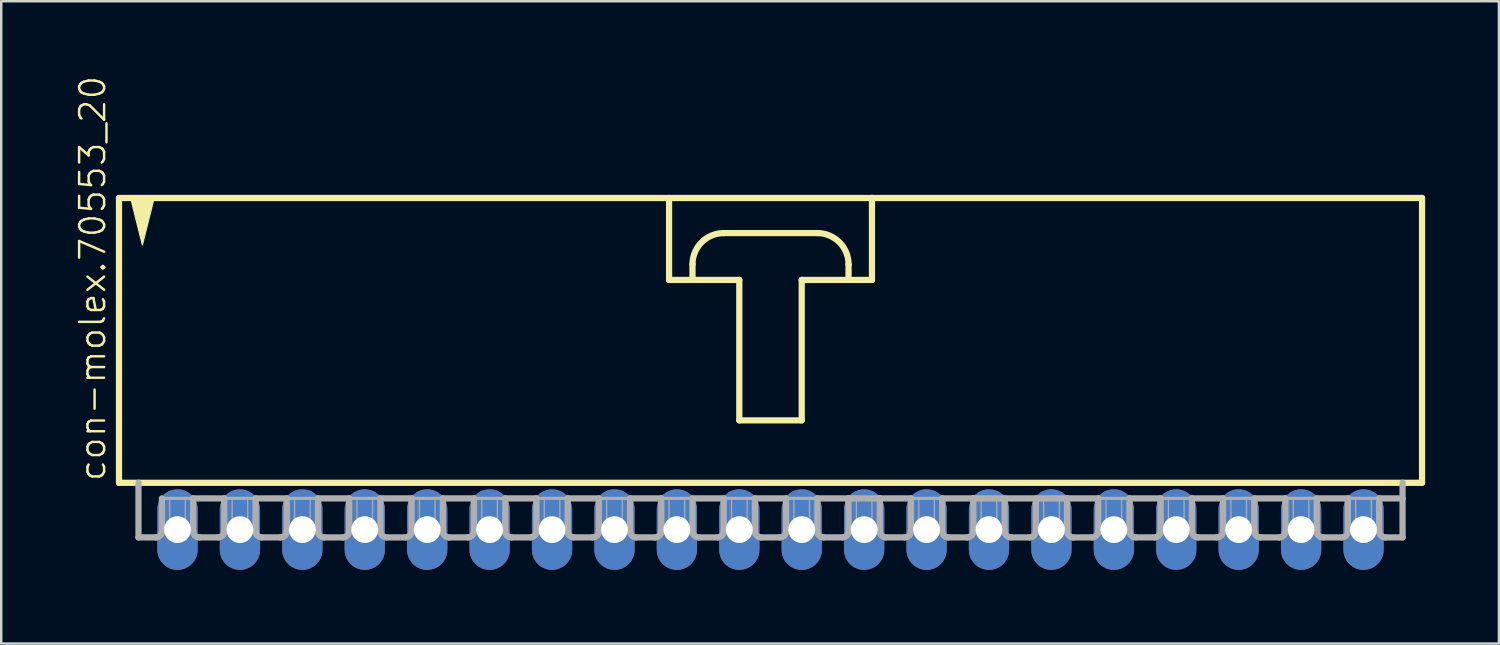
<source format=kicad_pcb>
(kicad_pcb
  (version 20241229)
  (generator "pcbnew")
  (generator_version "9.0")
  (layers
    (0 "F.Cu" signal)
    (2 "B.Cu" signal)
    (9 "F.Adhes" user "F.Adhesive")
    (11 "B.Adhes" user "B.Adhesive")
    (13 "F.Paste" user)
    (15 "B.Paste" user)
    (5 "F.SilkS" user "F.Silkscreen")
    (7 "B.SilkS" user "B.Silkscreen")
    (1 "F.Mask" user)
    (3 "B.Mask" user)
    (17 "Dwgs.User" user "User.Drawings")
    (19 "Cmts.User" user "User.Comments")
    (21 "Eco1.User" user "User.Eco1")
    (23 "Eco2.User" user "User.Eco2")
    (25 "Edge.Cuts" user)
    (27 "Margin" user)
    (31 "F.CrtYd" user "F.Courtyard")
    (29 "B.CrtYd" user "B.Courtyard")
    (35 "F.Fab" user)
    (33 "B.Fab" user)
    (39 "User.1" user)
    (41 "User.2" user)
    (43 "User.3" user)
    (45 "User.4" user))
  (footprint "con-molex.70553_20"
    (layer "F.Cu")
    (at 28.303 10.88)
    (property "Reference" "con-molex.70553_20" (at -26.988 5.715 90) (layer "F.SilkS") (effects (font (size 1.016 1.016) (thickness 0.1)) (justify left bottom)))
    (attr through_hole)
    (fp_line (start -26.511 -5.874) (end -26.511 5.715) (stroke (width 0.254) (type default)) (layer "F.SilkS"))
    (fp_line (start -26.511 5.715) (end 26.511 5.715) (stroke (width 0.254) (type default)) (layer "F.SilkS"))
    (fp_line (start -4.128 -5.874) (end -4.128 -2.54) (stroke (width 0.254) (type default)) (layer "F.SilkS"))
    (fp_line (start -4.128 -2.54) (end -3.175 -2.54) (stroke (width 0.254) (type default)) (layer "F.SilkS"))
    (fp_line (start -3.175 -2.54) (end -3.175 -3.175) (stroke (width 0.254) (type default)) (layer "F.SilkS"))
    (fp_line (start -3.175 -2.54) (end -1.27 -2.54) (stroke (width 0.254) (type default)) (layer "F.SilkS"))
    (fp_line (start -1.905 -4.445) (end 1.905 -4.445) (stroke (width 0.254) (type default)) (layer "F.SilkS"))
    (fp_line (start -1.27 -2.54) (end -1.27 3.175) (stroke (width 0.254) (type default)) (layer "F.SilkS"))
    (fp_line (start -1.27 3.175) (end 1.27 3.175) (stroke (width 0.254) (type default)) (layer "F.SilkS"))
    (fp_line (start 1.27 -2.54) (end 3.175 -2.54) (stroke (width 0.254) (type default)) (layer "F.SilkS"))
    (fp_line (start 1.27 3.175) (end 1.27 -2.54) (stroke (width 0.254) (type default)) (layer "F.SilkS"))
    (fp_line (start 3.175 -3.175) (end 3.175 -2.54) (stroke (width 0.254) (type default)) (layer "F.SilkS"))
    (fp_line (start 3.175 -2.54) (end 4.128 -2.54) (stroke (width 0.254) (type default)) (layer "F.SilkS"))
    (fp_line (start 4.128 -5.874) (end -26.511 -5.874) (stroke (width 0.254) (type default)) (layer "F.SilkS"))
    (fp_line (start 4.128 -2.54) (end 4.128 -5.874) (stroke (width 0.254) (type default)) (layer "F.SilkS"))
    (fp_line (start 26.511 -5.874) (end 4.128 -5.874) (stroke (width 0.254) (type default)) (layer "F.SilkS"))
    (fp_line (start 26.511 5.715) (end 26.511 -5.874) (stroke (width 0.254) (type default)) (layer "F.SilkS"))
    (fp_arc (start -3.175 -3.175) (mid -2.803026 -4.073026) (end -1.905 -4.445) (stroke (width 0.254) (type default)) (layer "F.SilkS"))
    (fp_arc (start 1.905 -4.445) (mid 2.803026 -4.073026) (end 3.175 -3.175) (stroke (width 0.254) (type default)) (layer "F.SilkS"))
    (fp_poly (pts (xy -26.035 -5.874) (xy -25.559 -3.969) (xy -25.082 -5.874)) (stroke (width 0.051) (type default)) (fill yes) (layer "F.SilkS"))
    (fp_line (start -25.718 5.715) (end -25.718 7.938) (stroke (width 0.254) (type default)) (layer "F.Fab"))
    (fp_line (start -25.019 7.938) (end -25.718 7.938) (stroke (width 0.254) (type default)) (layer "F.Fab"))
    (fp_line (start -24.765 6.35) (end -24.765 7.684) (stroke (width 0.254) (type default)) (layer "F.Fab"))
    (fp_line (start -24.765 6.35) (end -23.495 6.35) (stroke (width 0.127) (type default)) (layer "F.Fab"))
    (fp_line (start -23.495 6.35) (end -23.495 7.684) (stroke (width 0.254) (type default)) (layer "F.Fab"))
    (fp_line (start -23.495 6.35) (end -22.225 6.35) (stroke (width 0.254) (type default)) (layer "F.Fab"))
    (fp_line (start -22.479 7.938) (end -23.241 7.938) (stroke (width 0.254) (type default)) (layer "F.Fab"))
    (fp_line (start -22.225 6.35) (end -22.225 7.684) (stroke (width 0.254) (type default)) (layer "F.Fab"))
    (fp_line (start -22.225 6.35) (end -20.955 6.35) (stroke (width 0.127) (type default)) (layer "F.Fab"))
    (fp_line (start -20.955 6.35) (end -20.955 7.684) (stroke (width 0.254) (type default)) (layer "F.Fab"))
    (fp_line (start -20.955 6.35) (end -19.685 6.35) (stroke (width 0.254) (type default)) (layer "F.Fab"))
    (fp_line (start -19.939 7.938) (end -20.701 7.938) (stroke (width 0.254) (type default)) (layer "F.Fab"))
    (fp_line (start -19.685 6.35) (end -19.685 7.684) (stroke (width 0.254) (type default)) (layer "F.Fab"))
    (fp_line (start -19.685 6.35) (end -18.415 6.35) (stroke (width 0.127) (type default)) (layer "F.Fab"))
    (fp_line (start -18.415 6.35) (end -18.415 7.684) (stroke (width 0.254) (type default)) (layer "F.Fab"))
    (fp_line (start -18.415 6.35) (end -17.145 6.35) (stroke (width 0.254) (type default)) (layer "F.Fab"))
    (fp_line (start -17.399 7.938) (end -18.161 7.938) (stroke (width 0.254) (type default)) (layer "F.Fab"))
    (fp_line (start -17.145 6.35) (end -17.145 7.684) (stroke (width 0.254) (type default)) (layer "F.Fab"))
    (fp_line (start -17.145 6.35) (end -15.875 6.35) (stroke (width 0.127) (type default)) (layer "F.Fab"))
    (fp_line (start -15.875 6.35) (end -15.875 7.684) (stroke (width 0.254) (type default)) (layer "F.Fab"))
    (fp_line (start -15.875 6.35) (end -14.605 6.35) (stroke (width 0.254) (type default)) (layer "F.Fab"))
    (fp_line (start -14.859 7.938) (end -15.621 7.938) (stroke (width 0.254) (type default)) (layer "F.Fab"))
    (fp_line (start -14.605 6.35) (end -14.605 7.684) (stroke (width 0.254) (type default)) (layer "F.Fab"))
    (fp_line (start -14.605 6.35) (end -13.335 6.35) (stroke (width 0.127) (type default)) (layer "F.Fab"))
    (fp_line (start -13.335 6.35) (end -13.335 7.684) (stroke (width 0.254) (type default)) (layer "F.Fab"))
    (fp_line (start -13.335 6.35) (end -12.065 6.35) (stroke (width 0.254) (type default)) (layer "F.Fab"))
    (fp_line (start -12.319 7.938) (end -13.081 7.938) (stroke (width 0.254) (type default)) (layer "F.Fab"))
    (fp_line (start -12.065 6.35) (end -12.065 7.684) (stroke (width 0.254) (type default)) (layer "F.Fab"))
    (fp_line (start -12.065 6.35) (end -10.795 6.35) (stroke (width 0.127) (type default)) (layer "F.Fab"))
    (fp_line (start -10.795 6.35) (end -10.795 7.684) (stroke (width 0.254) (type default)) (layer "F.Fab"))
    (fp_line (start -10.795 6.35) (end -9.525 6.35) (stroke (width 0.254) (type default)) (layer "F.Fab"))
    (fp_line (start -9.779 7.938) (end -10.541 7.938) (stroke (width 0.254) (type default)) (layer "F.Fab"))
    (fp_line (start -9.525 6.35) (end -9.525 7.684) (stroke (width 0.254) (type default)) (layer "F.Fab"))
    (fp_line (start -9.525 6.35) (end -8.255 6.35) (stroke (width 0.127) (type default)) (layer "F.Fab"))
    (fp_line (start -8.255 6.35) (end -8.255 7.684) (stroke (width 0.254) (type default)) (layer "F.Fab"))
    (fp_line (start -8.255 6.35) (end -6.985 6.35) (stroke (width 0.254) (type default)) (layer "F.Fab"))
    (fp_line (start -7.239 7.938) (end -8.001 7.938) (stroke (width 0.254) (type default)) (layer "F.Fab"))
    (fp_line (start -6.985 6.35) (end -6.985 7.684) (stroke (width 0.254) (type default)) (layer "F.Fab"))
    (fp_line (start -6.985 6.35) (end -5.715 6.35) (stroke (width 0.127) (type default)) (layer "F.Fab"))
    (fp_line (start -5.715 6.35) (end -5.715 7.684) (stroke (width 0.254) (type default)) (layer "F.Fab"))
    (fp_line (start -5.715 6.35) (end -4.445 6.35) (stroke (width 0.254) (type default)) (layer "F.Fab"))
    (fp_line (start -4.699 7.938) (end -5.461 7.938) (stroke (width 0.254) (type default)) (layer "F.Fab"))
    (fp_line (start -4.445 6.35) (end -4.445 7.684) (stroke (width 0.254) (type default)) (layer "F.Fab"))
    (fp_line (start -4.445 6.35) (end -3.175 6.35) (stroke (width 0.127) (type default)) (layer "F.Fab"))
    (fp_line (start -3.175 6.35) (end -3.175 7.684) (stroke (width 0.254) (type default)) (layer "F.Fab"))
    (fp_line (start -3.175 6.35) (end -1.905 6.35) (stroke (width 0.254) (type default)) (layer "F.Fab"))
    (fp_line (start -2.159 7.938) (end -2.921 7.938) (stroke (width 0.254) (type default)) (layer "F.Fab"))
    (fp_line (start -1.905 6.35) (end -1.905 7.684) (stroke (width 0.254) (type default)) (layer "F.Fab"))
    (fp_line (start -1.905 6.35) (end -0.635 6.35) (stroke (width 0.127) (type default)) (layer "F.Fab"))
    (fp_line (start -0.635 6.35) (end -0.635 7.684) (stroke (width 0.254) (type default)) (layer "F.Fab"))
    (fp_line (start -0.635 6.35) (end 0.635 6.35) (stroke (width 0.254) (type default)) (layer "F.Fab"))
    (fp_line (start 0.381 7.938) (end -0.381 7.938) (stroke (width 0.254) (type default)) (layer "F.Fab"))
    (fp_line (start 0.635 6.35) (end 0.635 7.684) (stroke (width 0.254) (type default)) (layer "F.Fab"))
    (fp_line (start 0.635 6.35) (end 1.905 6.35) (stroke (width 0.127) (type default)) (layer "F.Fab"))
    (fp_line (start 1.905 6.35) (end 1.905 7.684) (stroke (width 0.254) (type default)) (layer "F.Fab"))
    (fp_line (start 1.905 6.35) (end 3.175 6.35) (stroke (width 0.254) (type default)) (layer "F.Fab"))
    (fp_line (start 2.921 7.938) (end 2.159 7.938) (stroke (width 0.254) (type default)) (layer "F.Fab"))
    (fp_line (start 3.175 6.35) (end 3.175 7.684) (stroke (width 0.254) (type default)) (layer "F.Fab"))
    (fp_line (start 3.175 6.35) (end 4.445 6.35) (stroke (width 0.254) (type default)) (layer "F.Fab"))
    (fp_line (start 4.445 6.35) (end 4.445 7.684) (stroke (width 0.254) (type default)) (layer "F.Fab"))
    (fp_line (start 4.445 6.35) (end 5.715 6.35) (stroke (width 0.254) (type default)) (layer "F.Fab"))
    (fp_line (start 5.461 7.938) (end 4.699 7.938) (stroke (width 0.254) (type default)) (layer "F.Fab"))
    (fp_line (start 5.715 6.35) (end 5.715 7.684) (stroke (width 0.254) (type default)) (layer "F.Fab"))
    (fp_line (start 5.715 6.35) (end 6.985 6.35) (stroke (width 0.127) (type default)) (layer "F.Fab"))
    (fp_line (start 6.985 6.35) (end 6.985 7.684) (stroke (width 0.254) (type default)) (layer "F.Fab"))
    (fp_line (start 6.985 6.35) (end 8.255 6.35) (stroke (width 0.254) (type default)) (layer "F.Fab"))
    (fp_line (start 8.001 7.938) (end 7.239 7.938) (stroke (width 0.254) (type default)) (layer "F.Fab"))
    (fp_line (start 8.255 6.35) (end 8.255 7.684) (stroke (width 0.254) (type default)) (layer "F.Fab"))
    (fp_line (start 8.255 6.35) (end 12.065 6.35) (stroke (width 0.254) (type default)) (layer "F.Fab"))
    (fp_line (start 9.525 6.35) (end 9.525 7.684) (stroke (width 0.254) (type default)) (layer "F.Fab"))
    (fp_line (start 10.541 7.938) (end 9.779 7.938) (stroke (width 0.254) (type default)) (layer "F.Fab"))
    (fp_line (start 10.795 6.35) (end 10.795 7.684) (stroke (width 0.254) (type default)) (layer "F.Fab"))
    (fp_line (start 12.065 6.35) (end 12.065 7.684) (stroke (width 0.254) (type default)) (layer "F.Fab"))
    (fp_line (start 12.065 6.35) (end 13.335 6.35) (stroke (width 0.254) (type default)) (layer "F.Fab"))
    (fp_line (start 12.319 7.938) (end 13.081 7.938) (stroke (width 0.254) (type default)) (layer "F.Fab"))
    (fp_line (start 13.335 6.35) (end 14.605 6.35) (stroke (width 0.127) (type default)) (layer "F.Fab"))
    (fp_line (start 13.335 7.684) (end 13.335 6.35) (stroke (width 0.254) (type default)) (layer "F.Fab"))
    (fp_line (start 14.605 6.35) (end 14.605 7.684) (stroke (width 0.254) (type default)) (layer "F.Fab"))
    (fp_line (start 14.605 6.35) (end 15.875 6.35) (stroke (width 0.254) (type default)) (layer "F.Fab"))
    (fp_line (start 14.859 7.938) (end 15.621 7.938) (stroke (width 0.254) (type default)) (layer "F.Fab"))
    (fp_line (start 15.875 6.35) (end 17.145 6.35) (stroke (width 0.127) (type default)) (layer "F.Fab"))
    (fp_line (start 15.875 7.684) (end 15.875 6.35) (stroke (width 0.254) (type default)) (layer "F.Fab"))
    (fp_line (start 17.145 6.35) (end 17.145 7.684) (stroke (width 0.254) (type default)) (layer "F.Fab"))
    (fp_line (start 17.145 6.35) (end 18.415 6.35) (stroke (width 0.254) (type default)) (layer "F.Fab"))
    (fp_line (start 17.399 7.938) (end 18.161 7.938) (stroke (width 0.254) (type default)) (layer "F.Fab"))
    (fp_line (start 18.415 6.35) (end 19.685 6.35) (stroke (width 0.127) (type default)) (layer "F.Fab"))
    (fp_line (start 18.415 7.684) (end 18.415 6.35) (stroke (width 0.254) (type default)) (layer "F.Fab"))
    (fp_line (start 19.685 6.35) (end 19.685 7.684) (stroke (width 0.254) (type default)) (layer "F.Fab"))
    (fp_line (start 19.685 6.35) (end 20.955 6.35) (stroke (width 0.254) (type default)) (layer "F.Fab"))
    (fp_line (start 19.939 7.938) (end 20.701 7.938) (stroke (width 0.254) (type default)) (layer "F.Fab"))
    (fp_line (start 20.955 6.35) (end 22.225 6.35) (stroke (width 0.127) (type default)) (layer "F.Fab"))
    (fp_line (start 20.955 7.684) (end 20.955 6.35) (stroke (width 0.254) (type default)) (layer "F.Fab"))
    (fp_line (start 22.225 6.35) (end 22.225 7.684) (stroke (width 0.254) (type default)) (layer "F.Fab"))
    (fp_line (start 22.225 6.35) (end 23.495 6.35) (stroke (width 0.254) (type default)) (layer "F.Fab"))
    (fp_line (start 22.479 7.938) (end 23.241 7.938) (stroke (width 0.254) (type default)) (layer "F.Fab"))
    (fp_line (start 23.495 6.35) (end 24.765 6.35) (stroke (width 0.127) (type default)) (layer "F.Fab"))
    (fp_line (start 23.495 7.684) (end 23.495 6.35) (stroke (width 0.254) (type default)) (layer "F.Fab"))
    (fp_line (start 24.765 6.35) (end 24.765 7.684) (stroke (width 0.254) (type default)) (layer "F.Fab"))
    (fp_line (start 24.765 6.35) (end 25.718 6.35) (stroke (width 0.254) (type default)) (layer "F.Fab"))
    (fp_line (start 25.019 7.938) (end 25.718 7.938) (stroke (width 0.254) (type default)) (layer "F.Fab"))
    (fp_line (start 25.718 6.35) (end 25.718 5.715) (stroke (width 0.254) (type default)) (layer "F.Fab"))
    (fp_line (start 25.718 7.938) (end 25.718 6.35) (stroke (width 0.254) (type default)) (layer "F.Fab"))
    (fp_rect (start -24.448 7.62) (end -23.812 6.35) (stroke (width 0.05) (type default)) (fill no) (layer "F.Fab"))
    (fp_rect (start -21.907 7.62) (end -21.273 6.35) (stroke (width 0.05) (type default)) (fill no) (layer "F.Fab"))
    (fp_rect (start -19.367 7.62) (end -18.733 6.35) (stroke (width 0.05) (type default)) (fill no) (layer "F.Fab"))
    (fp_rect (start -16.828 7.62) (end -16.192 6.35) (stroke (width 0.05) (type default)) (fill no) (layer "F.Fab"))
    (fp_rect (start -14.287 7.62) (end -13.652 6.35) (stroke (width 0.05) (type default)) (fill no) (layer "F.Fab"))
    (fp_rect (start -11.748 7.62) (end -11.113 6.35) (stroke (width 0.05) (type default)) (fill no) (layer "F.Fab"))
    (fp_rect (start -9.207 7.62) (end -8.572 6.35) (stroke (width 0.05) (type default)) (fill no) (layer "F.Fab"))
    (fp_rect (start -6.668 7.62) (end -6.032 6.35) (stroke (width 0.05) (type default)) (fill no) (layer "F.Fab"))
    (fp_rect (start -4.128 7.62) (end -3.493 6.35) (stroke (width 0.05) (type default)) (fill no) (layer "F.Fab"))
    (fp_rect (start -1.587 7.62) (end -0.953 6.35) (stroke (width 0.05) (type default)) (fill no) (layer "F.Fab"))
    (fp_rect (start 0.953 7.62) (end 1.587 6.35) (stroke (width 0.05) (type default)) (fill no) (layer "F.Fab"))
    (fp_rect (start 3.493 7.62) (end 4.128 6.35) (stroke (width 0.05) (type default)) (fill no) (layer "F.Fab"))
    (fp_rect (start 6.032 7.62) (end 6.668 6.35) (stroke (width 0.05) (type default)) (fill no) (layer "F.Fab"))
    (fp_rect (start 8.572 7.62) (end 9.207 6.35) (stroke (width 0.05) (type default)) (fill no) (layer "F.Fab"))
    (fp_rect (start 11.113 7.62) (end 11.748 6.35) (stroke (width 0.05) (type default)) (fill no) (layer "F.Fab"))
    (fp_rect (start 13.652 7.62) (end 14.287 6.35) (stroke (width 0.05) (type default)) (fill no) (layer "F.Fab"))
    (fp_rect (start 16.192 7.62) (end 16.828 6.35) (stroke (width 0.05) (type default)) (fill no) (layer "F.Fab"))
    (fp_rect (start 18.733 7.62) (end 19.367 6.35) (stroke (width 0.05) (type default)) (fill no) (layer "F.Fab"))
    (fp_rect (start 21.273 7.62) (end 21.907 6.35) (stroke (width 0.05) (type default)) (fill no) (layer "F.Fab"))
    (fp_rect (start 23.812 7.62) (end 24.448 6.35) (stroke (width 0.05) (type default)) (fill no) (layer "F.Fab"))
    (fp_arc (start -24.765 7.6835) (mid -24.839395 7.863105) (end -25.019 7.9375) (stroke (width 0.254) (type default)) (layer "F.Fab"))
    (fp_arc (start -23.241 7.9375) (mid -23.420605 7.863105) (end -23.495 7.6835) (stroke (width 0.254) (type default)) (layer "F.Fab"))
    (fp_arc (start -22.225 7.6835) (mid -22.299395 7.863105) (end -22.479 7.9375) (stroke (width 0.254) (type default)) (layer "F.Fab"))
    (fp_arc (start -20.701 7.9375) (mid -20.880605 7.863105) (end -20.955 7.6835) (stroke (width 0.254) (type default)) (layer "F.Fab"))
    (fp_arc (start -19.685 7.6835) (mid -19.759395 7.863105) (end -19.939 7.9375) (stroke (width 0.254) (type default)) (layer "F.Fab"))
    (fp_arc (start -18.161 7.9375) (mid -18.340605 7.863105) (end -18.415 7.6835) (stroke (width 0.254) (type default)) (layer "F.Fab"))
    (fp_arc (start -17.145 7.6835) (mid -17.219395 7.863105) (end -17.399 7.9375) (stroke (width 0.254) (type default)) (layer "F.Fab"))
    (fp_arc (start -15.621 7.9375) (mid -15.800605 7.863105) (end -15.875 7.6835) (stroke (width 0.254) (type default)) (layer "F.Fab"))
    (fp_arc (start -14.605 7.6835) (mid -14.679395 7.863105) (end -14.859 7.9375) (stroke (width 0.254) (type default)) (layer "F.Fab"))
    (fp_arc (start -13.081 7.9375) (mid -13.260605 7.863105) (end -13.335 7.6835) (stroke (width 0.254) (type default)) (layer "F.Fab"))
    (fp_arc (start -12.065 7.6835) (mid -12.139395 7.863105) (end -12.319 7.9375) (stroke (width 0.254) (type default)) (layer "F.Fab"))
    (fp_arc (start -10.541 7.9375) (mid -10.720605 7.863105) (end -10.795 7.6835) (stroke (width 0.254) (type default)) (layer "F.Fab"))
    (fp_arc (start -9.525 7.6835) (mid -9.599395 7.863105) (end -9.779 7.9375) (stroke (width 0.254) (type default)) (layer "F.Fab"))
    (fp_arc (start -8.001 7.9375) (mid -8.180605 7.863105) (end -8.255 7.6835) (stroke (width 0.254) (type default)) (layer "F.Fab"))
    (fp_arc (start -6.985 7.6835) (mid -7.059395 7.863105) (end -7.239 7.9375) (stroke (width 0.254) (type default)) (layer "F.Fab"))
    (fp_arc (start -5.461 7.9375) (mid -5.640605 7.863105) (end -5.715 7.6835) (stroke (width 0.254) (type default)) (layer "F.Fab"))
    (fp_arc (start -4.445 7.6835) (mid -4.519395 7.863105) (end -4.699 7.9375) (stroke (width 0.254) (type default)) (layer "F.Fab"))
    (fp_arc (start -2.921 7.9375) (mid -3.100605 7.863105) (end -3.175 7.6835) (stroke (width 0.254) (type default)) (layer "F.Fab"))
    (fp_arc (start -1.905 7.6835) (mid -1.979395 7.863105) (end -2.159 7.9375) (stroke (width 0.254) (type default)) (layer "F.Fab"))
    (fp_arc (start -0.381 7.9375) (mid -0.560605 7.863105) (end -0.635 7.6835) (stroke (width 0.254) (type default)) (layer "F.Fab"))
    (fp_arc (start 0.635 7.6835) (mid 0.560605 7.863105) (end 0.381 7.9375) (stroke (width 0.254) (type default)) (layer "F.Fab"))
    (fp_arc (start 2.159 7.9375) (mid 1.979395 7.863105) (end 1.905 7.6835) (stroke (width 0.254) (type default)) (layer "F.Fab"))
    (fp_arc (start 3.175 7.6835) (mid 3.100605 7.863105) (end 2.921 7.9375) (stroke (width 0.254) (type default)) (layer "F.Fab"))
    (fp_arc (start 4.699 7.9375) (mid 4.519395 7.863105) (end 4.445 7.6835) (stroke (width 0.254) (type default)) (layer "F.Fab"))
    (fp_arc (start 5.715 7.6835) (mid 5.640605 7.863105) (end 5.461 7.9375) (stroke (width 0.254) (type default)) (layer "F.Fab"))
    (fp_arc (start 7.239 7.9375) (mid 7.059395 7.863105) (end 6.985 7.6835) (stroke (width 0.254) (type default)) (layer "F.Fab"))
    (fp_arc (start 8.255 7.6835) (mid 8.180605 7.863105) (end 8.001 7.9375) (stroke (width 0.254) (type default)) (layer "F.Fab"))
    (fp_arc (start 9.779 7.9375) (mid 9.599395 7.863105) (end 9.525 7.6835) (stroke (width 0.254) (type default)) (layer "F.Fab"))
    (fp_arc (start 10.795 7.6835) (mid 10.720605 7.863105) (end 10.541 7.9375) (stroke (width 0.254) (type default)) (layer "F.Fab"))
    (fp_arc (start 12.319 7.9375) (mid 12.139395 7.863105) (end 12.065 7.6835) (stroke (width 0.254) (type default)) (layer "F.Fab"))
    (fp_arc (start 13.335 7.6835) (mid 13.260605 7.863105) (end 13.081 7.9375) (stroke (width 0.254) (type default)) (layer "F.Fab"))
    (fp_arc (start 14.859 7.9375) (mid 14.679395 7.863105) (end 14.605 7.6835) (stroke (width 0.254) (type default)) (layer "F.Fab"))
    (fp_arc (start 15.875 7.6835) (mid 15.800605 7.863105) (end 15.621 7.9375) (stroke (width 0.254) (type default)) (layer "F.Fab"))
    (fp_arc (start 17.399 7.9375) (mid 17.219395 7.863105) (end 17.145 7.6835) (stroke (width 0.254) (type default)) (layer "F.Fab"))
    (fp_arc (start 18.415 7.6835) (mid 18.340605 7.863105) (end 18.161 7.9375) (stroke (width 0.254) (type default)) (layer "F.Fab"))
    (fp_arc (start 19.939 7.9375) (mid 19.759395 7.863105) (end 19.685 7.6835) (stroke (width 0.254) (type default)) (layer "F.Fab"))
    (fp_arc (start 20.955 7.6835) (mid 20.880605 7.863105) (end 20.701 7.9375) (stroke (width 0.254) (type default)) (layer "F.Fab"))
    (fp_arc (start 22.479 7.9375) (mid 22.299395 7.863105) (end 22.225 7.6835) (stroke (width 0.254) (type default)) (layer "F.Fab"))
    (fp_arc (start 23.495 7.6835) (mid 23.420605 7.863105) (end 23.241 7.9375) (stroke (width 0.254) (type default)) (layer "F.Fab"))
    (fp_arc (start 25.019 7.9375) (mid 24.839395 7.863105) (end 24.765 7.6835) (stroke (width 0.254) (type default)) (layer "F.Fab"))
    (pad "1" thru_hole oval (at -24.13 7.62 90) (size 3.277 1.638) (drill 1.092) (layers "*.Cu" "*.Mask"))
    (pad "2" thru_hole oval (at -21.59 7.62 90) (size 3.277 1.638) (drill 1.092) (layers "*.Cu" "*.Mask"))
    (pad "3" thru_hole oval (at -19.05 7.62 90) (size 3.277 1.638) (drill 1.092) (layers "*.Cu" "*.Mask"))
    (pad "4" thru_hole oval (at -16.51 7.62 90) (size 3.277 1.638) (drill 1.092) (layers "*.Cu" "*.Mask"))
    (pad "5" thru_hole oval (at -13.97 7.62 90) (size 3.277 1.638) (drill 1.092) (layers "*.Cu" "*.Mask"))
    (pad "6" thru_hole oval (at -11.43 7.62 90) (size 3.277 1.638) (drill 1.092) (layers "*.Cu" "*.Mask"))
    (pad "7" thru_hole oval (at -8.89 7.62 90) (size 3.277 1.638) (drill 1.092) (layers "*.Cu" "*.Mask"))
    (pad "8" thru_hole oval (at -6.35 7.62 90) (size 3.277 1.638) (drill 1.092) (layers "*.Cu" "*.Mask"))
    (pad "9" thru_hole oval (at -3.81 7.62 90) (size 3.277 1.638) (drill 1.092) (layers "*.Cu" "*.Mask"))
    (pad "10" thru_hole oval (at -1.27 7.62 90) (size 3.277 1.638) (drill 1.092) (layers "*.Cu" "*.Mask"))
    (pad "11" thru_hole oval (at 1.27 7.62 90) (size 3.277 1.638) (drill 1.092) (layers "*.Cu" "*.Mask"))
    (pad "12" thru_hole oval (at 3.81 7.62 90) (size 3.277 1.638) (drill 1.092) (layers "*.Cu" "*.Mask"))
    (pad "13" thru_hole oval (at 6.35 7.62 90) (size 3.277 1.638) (drill 1.092) (layers "*.Cu" "*.Mask"))
    (pad "14" thru_hole oval (at 8.89 7.62 90) (size 3.277 1.638) (drill 1.092) (layers "*.Cu" "*.Mask"))
    (pad "15" thru_hole oval (at 11.43 7.62 90) (size 3.277 1.638) (drill 1.092) (layers "*.Cu" "*.Mask"))
    (pad "16" thru_hole oval (at 13.97 7.62 90) (size 3.277 1.638) (drill 1.092) (layers "*.Cu" "*.Mask"))
    (pad "17" thru_hole oval (at 16.51 7.62 90) (size 3.277 1.638) (drill 1.092) (layers "*.Cu" "*.Mask"))
    (pad "18" thru_hole oval (at 19.05 7.62 90) (size 3.277 1.638) (drill 1.092) (layers "*.Cu" "*.Mask"))
    (pad "19" thru_hole oval (at 21.59 7.62 90) (size 3.277 1.638) (drill 1.092) (layers "*.Cu" "*.Mask"))
    (pad "20" thru_hole oval (at 24.13 7.62 90) (size 3.277 1.638) (drill 1.092) (layers "*.Cu" "*.Mask")))
  (gr_rect
    (start -3 -3)
    (end 57.942 23.138)
    (stroke (width 0.1) (type default))
    (fill no)
    (layer "Edge.Cuts")))
</source>
